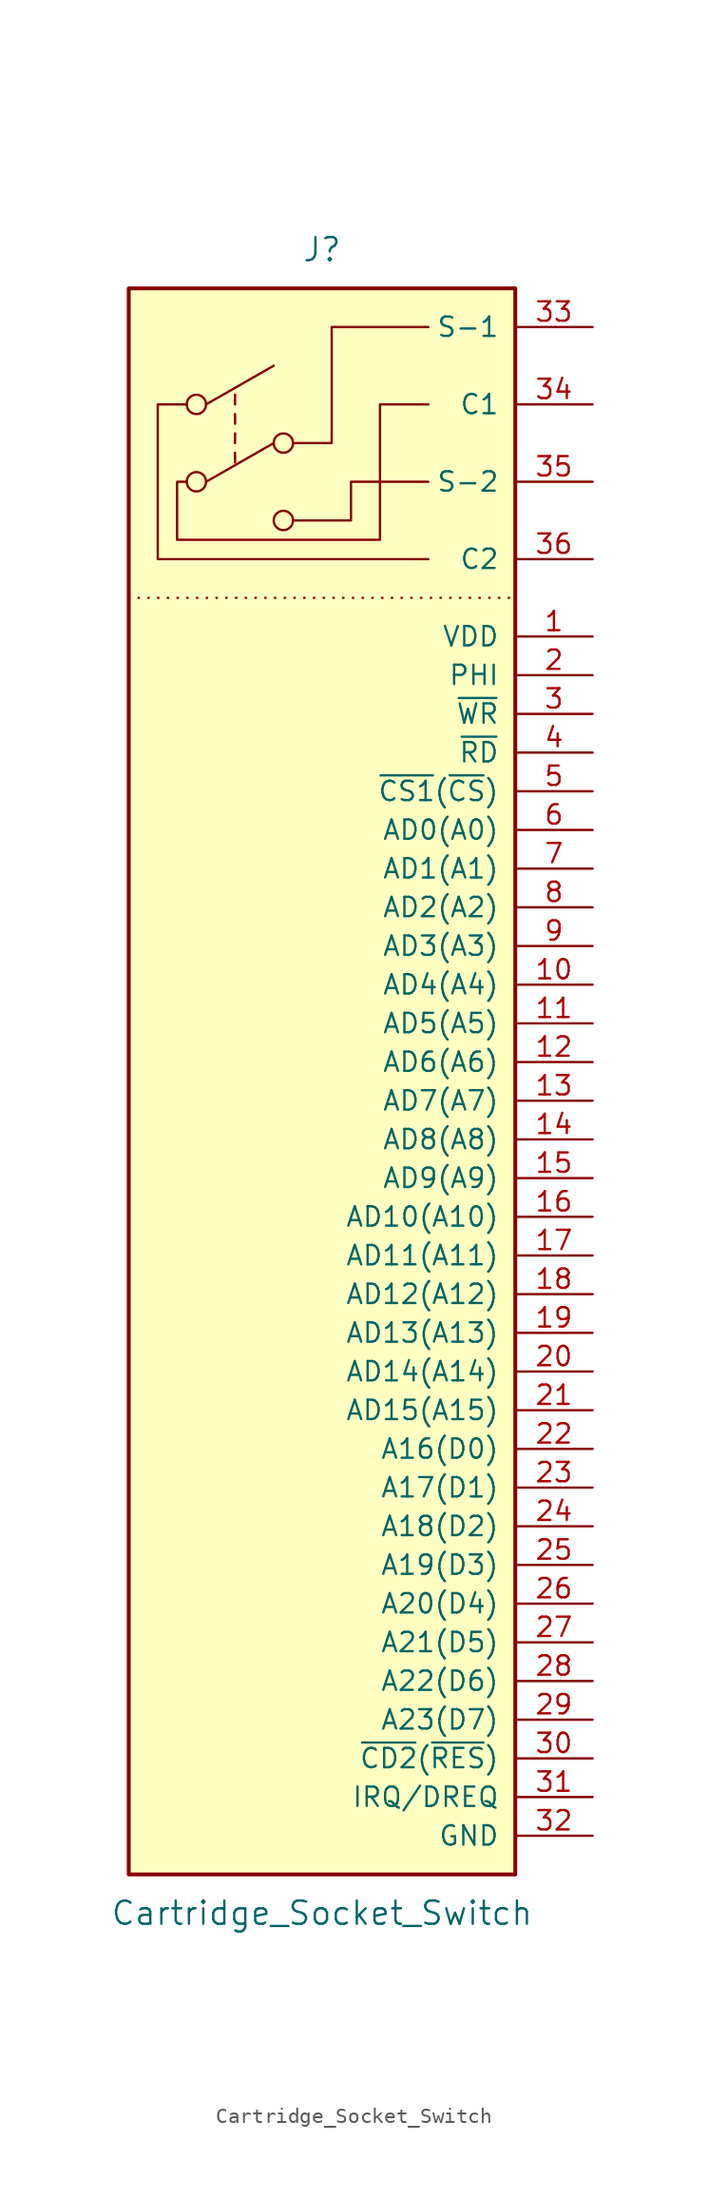
<source format=kicad_sym>
(kicad_symbol_lib
  (version 20231120)
  (generator "kicad_symbol_editor")
  (generator_version "8.0")
  (symbol "Cartridge_Socket_Switch"
    (pin_names
      (offset 1.016))
    (property "Reference" "J"
      (at 0 55.88 0)
      (effects (font (size 1.524 1.524))))
    (property "Value" "Cartridge_Socket_Switch"
      (at 0 -53.34 0)
      (effects (font (size 1.524 1.524))))
    (symbol "Cartridge_Socket_Switch_0_1"
      (circle (center -8.255 40.64) (radius 0.635) (stroke (width 0) (type solid)) (fill (type none)))
      (circle (center -8.255 45.72) (radius 0.635) (stroke (width 0) (type solid)) (fill (type none)))
      (circle (center -2.54 38.1) (radius 0.635) (stroke (width 0) (type solid)) (fill (type none)))
      (circle (center -2.54 43.18) (radius 0.635) (stroke (width 0) (type solid)) (fill (type none)))
      (polyline (pts (xy -7.62 40.64) (xy -3.175 43.18)) (stroke (width 0) (type solid)) (fill (type none)))
      (polyline (pts (xy -7.62 45.72) (xy -3.175 48.26)) (stroke (width 0) (type solid)) (fill (type none)))
      (polyline (pts (xy -5.715 42.545) (xy -5.715 41.91)) (stroke (width 0) (type solid)) (fill (type none)))
      (polyline (pts (xy -5.715 43.815) (xy -5.715 43.18)) (stroke (width 0) (type solid)) (fill (type none)))
      (polyline (pts (xy -5.715 45.085) (xy -5.715 44.45)) (stroke (width 0) (type solid)) (fill (type none)))
      (polyline (pts (xy -5.715 46.355) (xy -5.715 45.72)) (stroke (width 0) (type solid)) (fill (type none)))
      (polyline (pts (xy -8.89 45.72) (xy -10.795 45.72) (xy -10.795 35.56) (xy 6.985 35.56)) (stroke (width 0) (type solid)) (fill (type none)))
      (polyline (pts (xy -1.905 38.1) (xy 1.905 38.1) (xy 1.905 40.64) (xy 6.985 40.64)) (stroke (width 0) (type solid)) (fill (type none)))
      (polyline (pts (xy -1.905 43.18) (xy 0.635 43.18) (xy 0.635 50.8) (xy 6.985 50.8)) (stroke (width 0) (type solid)) (fill (type none)))
      (polyline (pts (xy -8.89 40.64) (xy -9.525 40.64) (xy -9.525 36.83) (xy 3.81 36.83) (xy 3.81 45.72) (xy 6.985 45.72)) (stroke (width 0) (type solid)) (fill (type none))))
    (symbol "Cartridge_Socket_Switch_1_1"
      (rectangle (start -12.7 53.34) (end 12.7 -50.8) (stroke (width 0.254) (type solid)) (fill (type background)))
      (polyline (pts (xy -12.7 33.02) (xy 12.7 33.02)) (stroke (width 0) (type dot)) (fill (type none)))
      (pin power_in line (at 17.78 30.48 180) (length 5.08) (name "VDD" (effects (font (size 1.27 1.27)))) (number "1" (effects (font (size 1.27 1.27)))))
      (pin bidirectional line (at 17.78 7.62 180) (length 5.08) (name "AD4(A4)" (effects (font (size 1.27 1.27)))) (number "10" (effects (font (size 1.27 1.27)))))
      (pin bidirectional line (at 17.78 5.08 180) (length 5.08) (name "AD5(A5)" (effects (font (size 1.27 1.27)))) (number "11" (effects (font (size 1.27 1.27)))))
      (pin bidirectional line (at 17.78 2.54 180) (length 5.08) (name "AD6(A6)" (effects (font (size 1.27 1.27)))) (number "12" (effects (font (size 1.27 1.27)))))
      (pin bidirectional line (at 17.78 0 180) (length 5.08) (name "AD7(A7)" (effects (font (size 1.27 1.27)))) (number "13" (effects (font (size 1.27 1.27)))))
      (pin bidirectional line (at 17.78 -2.54 180) (length 5.08) (name "AD8(A8)" (effects (font (size 1.27 1.27)))) (number "14" (effects (font (size 1.27 1.27)))))
      (pin bidirectional line (at 17.78 -5.08 180) (length 5.08) (name "AD9(A9)" (effects (font (size 1.27 1.27)))) (number "15" (effects (font (size 1.27 1.27)))))
      (pin bidirectional line (at 17.78 -7.62 180) (length 5.08) (name "AD10(A10)" (effects (font (size 1.27 1.27)))) (number "16" (effects (font (size 1.27 1.27)))))
      (pin bidirectional line (at 17.78 -10.16 180) (length 5.08) (name "AD11(A11)" (effects (font (size 1.27 1.27)))) (number "17" (effects (font (size 1.27 1.27)))))
      (pin bidirectional line (at 17.78 -12.7 180) (length 5.08) (name "AD12(A12)" (effects (font (size 1.27 1.27)))) (number "18" (effects (font (size 1.27 1.27)))))
      (pin bidirectional line (at 17.78 -15.24 180) (length 5.08) (name "AD13(A13)" (effects (font (size 1.27 1.27)))) (number "19" (effects (font (size 1.27 1.27)))))
      (pin input line (at 17.78 27.94 180) (length 5.08) (name "PHI" (effects (font (size 1.27 1.27)))) (number "2" (effects (font (size 1.27 1.27)))))
      (pin bidirectional line (at 17.78 -17.78 180) (length 5.08) (name "AD14(A14)" (effects (font (size 1.27 1.27)))) (number "20" (effects (font (size 1.27 1.27)))))
      (pin bidirectional line (at 17.78 -20.32 180) (length 5.08) (name "AD15(A15)" (effects (font (size 1.27 1.27)))) (number "21" (effects (font (size 1.27 1.27)))))
      (pin bidirectional line (at 17.78 -22.86 180) (length 5.08) (name "A16(D0)" (effects (font (size 1.27 1.27)))) (number "22" (effects (font (size 1.27 1.27)))))
      (pin bidirectional line (at 17.78 -25.4 180) (length 5.08) (name "A17(D1)" (effects (font (size 1.27 1.27)))) (number "23" (effects (font (size 1.27 1.27)))))
      (pin bidirectional line (at 17.78 -27.94 180) (length 5.08) (name "A18(D2)" (effects (font (size 1.27 1.27)))) (number "24" (effects (font (size 1.27 1.27)))))
      (pin bidirectional line (at 17.78 -30.48 180) (length 5.08) (name "A19(D3)" (effects (font (size 1.27 1.27)))) (number "25" (effects (font (size 1.27 1.27)))))
      (pin bidirectional line (at 17.78 -33.02 180) (length 5.08) (name "A20(D4)" (effects (font (size 1.27 1.27)))) (number "26" (effects (font (size 1.27 1.27)))))
      (pin bidirectional line (at 17.78 -35.56 180) (length 5.08) (name "A21(D5)" (effects (font (size 1.27 1.27)))) (number "27" (effects (font (size 1.27 1.27)))))
      (pin bidirectional line (at 17.78 -38.1 180) (length 5.08) (name "A22(D6)" (effects (font (size 1.27 1.27)))) (number "28" (effects (font (size 1.27 1.27)))))
      (pin bidirectional line (at 17.78 -40.64 180) (length 5.08) (name "A23(D7)" (effects (font (size 1.27 1.27)))) (number "29" (effects (font (size 1.27 1.27)))))
      (pin input line (at 17.78 25.4 180) (length 5.08) (name "~{WR}" (effects (font (size 1.27 1.27)))) (number "3" (effects (font (size 1.27 1.27)))))
      (pin bidirectional line (at 17.78 -43.18 180) (length 5.08) (name "~{CD2}(~{RES})" (effects (font (size 1.27 1.27)))) (number "30" (effects (font (size 1.27 1.27)))))
      (pin output line (at 17.78 -45.72 180) (length 5.08) (name "IRQ/DREQ" (effects (font (size 1.27 1.27)))) (number "31" (effects (font (size 1.27 1.27)))))
      (pin power_in line (at 17.78 -48.26 180) (length 5.08) (name "GND" (effects (font (size 1.27 1.27)))) (number "32" (effects (font (size 1.27 1.27)))))
      (pin passive line (at 17.78 50.8 180) (length 5.08) (name "S-1" (effects (font (size 1.27 1.27)))) (number "33" (effects (font (size 1.27 1.27)))))
      (pin passive line (at 17.78 45.72 180) (length 5.08) (name "C1" (effects (font (size 1.27 1.27)))) (number "34" (effects (font (size 1.27 1.27)))))
      (pin passive line (at 17.78 40.64 180) (length 5.08) (name "S-2" (effects (font (size 1.27 1.27)))) (number "35" (effects (font (size 1.27 1.27)))))
      (pin passive line (at 17.78 35.56 180) (length 5.08) (name "C2" (effects (font (size 1.27 1.27)))) (number "36" (effects (font (size 1.27 1.27)))))
      (pin input line (at 17.78 22.86 180) (length 5.08) (name "~{RD}" (effects (font (size 1.27 1.27)))) (number "4" (effects (font (size 1.27 1.27)))))
      (pin input line (at 17.78 20.32 180) (length 5.08) (name "~{CS1}(~{CS})" (effects (font (size 1.27 1.27)))) (number "5" (effects (font (size 1.27 1.27)))))
      (pin bidirectional line (at 17.78 17.78 180) (length 5.08) (name "AD0(A0)" (effects (font (size 1.27 1.27)))) (number "6" (effects (font (size 1.27 1.27)))))
      (pin bidirectional line (at 17.78 15.24 180) (length 5.08) (name "AD1(A1)" (effects (font (size 1.27 1.27)))) (number "7" (effects (font (size 1.27 1.27)))))
      (pin bidirectional line (at 17.78 12.7 180) (length 5.08) (name "AD2(A2)" (effects (font (size 1.27 1.27)))) (number "8" (effects (font (size 1.27 1.27)))))
      (pin bidirectional line (at 17.78 10.16 180) (length 5.08) (name "AD3(A3)" (effects (font (size 1.27 1.27)))) (number "9" (effects (font (size 1.27 1.27))))))))
</source>
